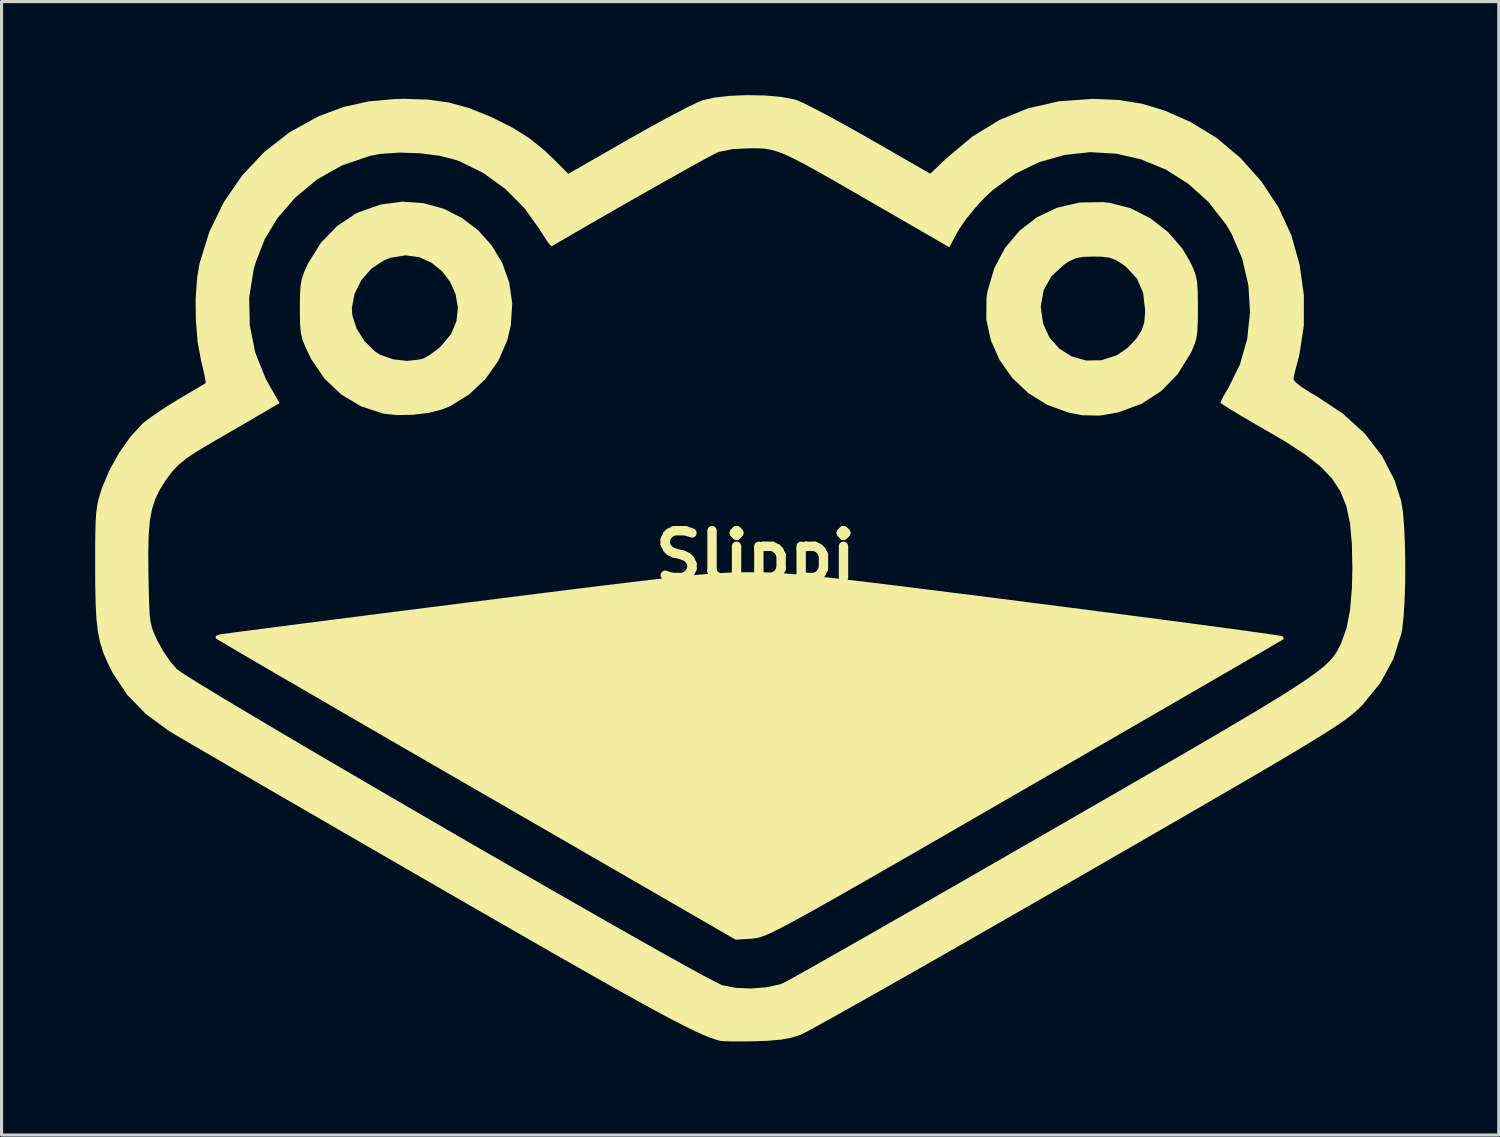
<source format=kicad_pcb>
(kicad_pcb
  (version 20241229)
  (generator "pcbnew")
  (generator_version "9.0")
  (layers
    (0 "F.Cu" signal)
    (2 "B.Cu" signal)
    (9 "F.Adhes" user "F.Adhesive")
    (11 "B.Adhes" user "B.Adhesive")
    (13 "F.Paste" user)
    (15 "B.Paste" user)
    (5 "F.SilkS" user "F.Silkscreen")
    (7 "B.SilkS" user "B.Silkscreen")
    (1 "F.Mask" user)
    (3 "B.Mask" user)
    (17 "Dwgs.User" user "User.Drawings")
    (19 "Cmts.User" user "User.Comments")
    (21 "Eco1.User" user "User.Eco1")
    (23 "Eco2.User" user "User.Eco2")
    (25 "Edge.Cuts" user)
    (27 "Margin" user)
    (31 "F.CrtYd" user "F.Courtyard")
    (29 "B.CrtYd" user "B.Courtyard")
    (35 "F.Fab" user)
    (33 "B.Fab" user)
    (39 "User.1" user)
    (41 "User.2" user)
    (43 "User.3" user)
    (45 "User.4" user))
  (footprint "Slippi"
    (layer "F.Cu")
    (at 21.167 14.783)
    (property "Reference" "Slippi" (at 0 0 0) (layer "F.SilkS") (effects (font (size 1.5 1.5) (thickness 0.3))))
    (attr board_only exclude_from_pos_files exclude_from_bom)
    (fp_poly (pts (xy -10.641 -11.32) (xy -10.001 -11.143) (xy -9.414 -10.849) (xy -8.894 -10.454) (xy -8.458 -9.968) (xy -8.119 -9.406) (xy -7.894 -8.781) (xy -7.798 -8.105) (xy -7.845 -7.393) (xy -7.957 -6.925) (xy -8.242 -6.27) (xy -8.658 -5.682) (xy -9.179 -5.189) (xy -9.778 -4.819) (xy -10.066 -4.701) (xy -10.49 -4.597) (xy -10.996 -4.537) (xy -11.503 -4.528) (xy -11.932 -4.574) (xy -11.934 -4.575) (xy -12.643 -4.807) (xy -13.274 -5.184) (xy -13.811 -5.691) (xy -14.235 -6.315) (xy -14.286 -6.415) (xy -14.429 -6.713) (xy -14.521 -6.946) (xy -14.574 -7.167) (xy -14.598 -7.431) (xy -14.605 -7.79) (xy -14.605 -7.956) (xy -14.605 -7.961) (xy -12.938 -7.961) (xy -12.923 -7.714) (xy -12.783 -7.293) (xy -12.526 -6.891) (xy -12.196 -6.568) (xy -12.031 -6.462) (xy -11.62 -6.316) (xy -11.165 -6.264) (xy -10.741 -6.313) (xy -10.636 -6.346) (xy -10.45 -6.45) (xy -10.213 -6.624) (xy -10.08 -6.737) (xy -9.76 -7.121) (xy -9.584 -7.541) (xy -9.54 -7.974) (xy -9.612 -8.4) (xy -9.786 -8.796) (xy -10.049 -9.14) (xy -10.385 -9.412) (xy -10.781 -9.589) (xy -11.222 -9.649) (xy -11.694 -9.572) (xy -11.896 -9.494) (xy -12.307 -9.227) (xy -12.633 -8.856) (xy -12.851 -8.421) (xy -12.938 -7.961) (xy -14.605 -7.961) (xy -14.601 -8.369) (xy -14.584 -8.664) (xy -14.543 -8.894) (xy -14.469 -9.111) (xy -14.351 -9.368) (xy -14.326 -9.418) (xy -13.926 -10.055) (xy -13.416 -10.584) (xy -12.818 -10.982) (xy -12.723 -11.028) (xy -12.017 -11.276) (xy -11.318 -11.369)) (stroke (width 0) (type solid)) (fill yes) (layer "F.SilkS"))
    (fp_poly (pts (xy 11.349 -11.332) (xy 12.02 -11.159) (xy 12.654 -10.839) (xy 13.221 -10.398) (xy 13.687 -9.858) (xy 13.933 -9.44) (xy 14.042 -9.206) (xy 14.114 -9.002) (xy 14.155 -8.784) (xy 14.175 -8.504) (xy 14.181 -8.116) (xy 14.182 -7.959) (xy 14.178 -7.524) (xy 14.163 -7.213) (xy 14.129 -6.98) (xy 14.069 -6.778) (xy 13.974 -6.563) (xy 13.945 -6.503) (xy 13.53 -5.836) (xy 13.006 -5.298) (xy 12.375 -4.891) (xy 11.642 -4.618) (xy 11.639 -4.617) (xy 11.04 -4.51) (xy 10.474 -4.522) (xy 10.033 -4.607) (xy 9.349 -4.856) (xy 8.744 -5.233) (xy 8.232 -5.717) (xy 7.828 -6.287) (xy 7.545 -6.92) (xy 7.399 -7.595) (xy 7.402 -7.976) (xy 9.145 -7.976) (xy 9.219 -7.457) (xy 9.425 -7.011) (xy 9.74 -6.656) (xy 10.138 -6.406) (xy 10.594 -6.277) (xy 11.083 -6.285) (xy 11.58 -6.445) (xy 11.601 -6.456) (xy 11.924 -6.679) (xy 12.206 -6.975) (xy 12.233 -7.013) (xy 12.384 -7.26) (xy 12.461 -7.491) (xy 12.487 -7.784) (xy 12.488 -7.902) (xy 12.425 -8.449) (xy 12.229 -8.898) (xy 11.892 -9.267) (xy 11.775 -9.356) (xy 11.553 -9.497) (xy 11.348 -9.574) (xy 11.091 -9.605) (xy 10.837 -9.61) (xy 10.502 -9.6) (xy 10.267 -9.557) (xy 10.063 -9.464) (xy 9.893 -9.352) (xy 9.489 -8.98) (xy 9.24 -8.538) (xy 9.146 -8.028) (xy 9.145 -7.976) (xy 7.402 -7.976) (xy 7.404 -8.291) (xy 7.433 -8.478) (xy 7.651 -9.229) (xy 8 -9.886) (xy 8.464 -10.437) (xy 9.026 -10.871) (xy 9.672 -11.176) (xy 10.385 -11.341) (xy 11.15 -11.354)) (stroke (width 0) (type solid)) (fill yes) (layer "F.SilkS"))
    (fp_poly (pts (xy -0.156 0.511) (xy 0.093 0.513) (xy 0.342 0.518) (xy 0.603 0.529) (xy 0.89 0.546) (xy 1.212 0.57) (xy 1.583 0.603) (xy 2.015 0.646) (xy 2.519 0.701) (xy 3.108 0.769) (xy 3.793 0.851) (xy 4.586 0.948) (xy 5.5 1.062) (xy 6.546 1.193) (xy 7.737 1.344) (xy 9.035 1.51) (xy 10.166 1.655) (xy 11.25 1.795) (xy 12.273 1.928) (xy 13.225 2.053) (xy 14.094 2.168) (xy 14.867 2.271) (xy 15.534 2.362) (xy 16.082 2.438) (xy 16.5 2.498) (xy 16.776 2.54) (xy 16.898 2.563) (xy 16.902 2.565) (xy 16.933 2.648) (xy 16.926 2.656) (xy 16.85 2.702) (xy 16.636 2.827) (xy 16.294 3.026) (xy 15.833 3.293) (xy 15.263 3.624) (xy 14.593 4.012) (xy 13.832 4.452) (xy 12.99 4.94) (xy 12.075 5.469) (xy 11.097 6.034) (xy 10.066 6.63) (xy 8.99 7.251) (xy 8.636 7.456) (xy 7.359 8.193) (xy 6.221 8.85) (xy 5.212 9.432) (xy 4.324 9.942) (xy 3.549 10.387) (xy 2.878 10.77) (xy 2.303 11.096) (xy 1.815 11.37) (xy 1.405 11.596) (xy 1.066 11.78) (xy 0.789 11.925) (xy 0.566 12.036) (xy 0.387 12.118) (xy 0.244 12.176) (xy 0.13 12.214) (xy 0.035 12.237) (xy -0.05 12.249) (xy -0.127 12.256) (xy -0.635 12.289) (xy -8.93 7.497) (xy -10.022 6.866) (xy -11.073 6.258) (xy -12.074 5.679) (xy -13.015 5.133) (xy -13.888 4.626) (xy -14.683 4.164) (xy -15.391 3.753) (xy -16.002 3.396) (xy -16.507 3.101) (xy -16.896 2.872) (xy -17.161 2.715) (xy -17.291 2.636) (xy -17.303 2.627) (xy -17.299 2.553) (xy -17.178 2.505) (xy -17.066 2.489) (xy -16.798 2.452) (xy -16.387 2.398) (xy -15.843 2.327) (xy -15.181 2.241) (xy -14.411 2.141) (xy -13.546 2.03) (xy -12.598 1.909) (xy -11.579 1.779) (xy -10.501 1.642) (xy -9.377 1.5) (xy -9.258 1.485) (xy -7.927 1.317) (xy -6.753 1.169) (xy -5.723 1.04) (xy -4.824 0.929) (xy -4.045 0.835) (xy -3.373 0.755) (xy -2.797 0.69) (xy -2.304 0.637) (xy -1.882 0.595) (xy -1.52 0.564) (xy -1.205 0.541) (xy -0.925 0.526) (xy -0.667 0.516) (xy -0.421 0.512) (xy -0.174 0.511)) (stroke (width 0) (type solid)) (fill yes) (layer "F.SilkS"))
    (fp_poly (pts (xy 0.286 -14.773) (xy 0.798 -14.73) (xy 1.214 -14.655) (xy 1.329 -14.621) (xy 1.523 -14.537) (xy 1.837 -14.38) (xy 2.247 -14.165) (xy 2.727 -13.905) (xy 3.252 -13.613) (xy 3.686 -13.366) (xy 5.604 -12.265) (xy 6.125 -12.763) (xy 6.955 -13.457) (xy 7.824 -13.989) (xy 8.747 -14.364) (xy 9.734 -14.587) (xy 10.799 -14.664) (xy 10.837 -14.664) (xy 11.659 -14.627) (xy 12.397 -14.507) (xy 13.116 -14.288) (xy 13.875 -13.956) (xy 13.956 -13.916) (xy 14.788 -13.408) (xy 15.551 -12.765) (xy 16.219 -12.013) (xy 16.769 -11.179) (xy 17.176 -10.292) (xy 17.177 -10.29) (xy 17.443 -9.344) (xy 17.578 -8.368) (xy 17.577 -7.403) (xy 17.439 -6.486) (xy 17.394 -6.308) (xy 17.318 -6.019) (xy 17.262 -5.787) (xy 17.242 -5.678) (xy 17.308 -5.584) (xy 17.5 -5.433) (xy 17.793 -5.244) (xy 17.992 -5.128) (xy 18.828 -4.575) (xy 19.526 -3.939) (xy 20.08 -3.225) (xy 20.485 -2.442) (xy 20.697 -1.774) (xy 20.751 -1.436) (xy 20.791 -0.97) (xy 20.817 -0.413) (xy 20.828 0.194) (xy 20.826 0.811) (xy 20.808 1.401) (xy 20.776 1.922) (xy 20.73 2.335) (xy 20.706 2.465) (xy 20.446 3.289) (xy 20.031 4.055) (xy 19.468 4.749) (xy 19.357 4.861) (xy 19.256 4.955) (xy 19.144 5.052) (xy 19.013 5.157) (xy 18.854 5.274) (xy 18.659 5.409) (xy 18.419 5.566) (xy 18.125 5.752) (xy 17.77 5.97) (xy 17.345 6.227) (xy 16.841 6.526) (xy 16.25 6.874) (xy 15.563 7.276) (xy 14.772 7.736) (xy 13.868 8.259) (xy 12.844 8.851) (xy 11.69 9.517) (xy 10.398 10.262) (xy 10.329 10.302) (xy 9.221 10.94) (xy 8.147 11.557) (xy 7.117 12.147) (xy 6.142 12.705) (xy 5.231 13.224) (xy 4.393 13.7) (xy 3.64 14.126) (xy 2.98 14.497) (xy 2.424 14.808) (xy 1.981 15.053) (xy 1.661 15.227) (xy 1.474 15.323) (xy 1.439 15.339) (xy 1.155 15.43) (xy 0.833 15.49) (xy 0.426 15.527) (xy 0 15.544) (xy -0.405 15.55) (xy -0.759 15.549) (xy -1.022 15.541) (xy -1.143 15.528) (xy -1.297 15.484) (xy -1.477 15.421) (xy -1.692 15.333) (xy -1.95 15.216) (xy -2.26 15.064) (xy -2.63 14.874) (xy -3.069 14.641) (xy -3.584 14.36) (xy -4.186 14.026) (xy -4.881 13.636) (xy -5.679 13.183) (xy -6.588 12.665) (xy -7.617 12.075) (xy -8.774 11.409) (xy -10.068 10.664) (xy -10.244 10.562) (xy -11.323 9.939) (xy -12.371 9.334) (xy -13.376 8.752) (xy -14.328 8.201) (xy -15.217 7.687) (xy -16.032 7.214) (xy -16.763 6.79) (xy -17.4 6.42) (xy -17.931 6.111) (xy -18.346 5.868) (xy -18.636 5.698) (xy -18.786 5.608) (xy -19.527 5.068) (xy -20.134 4.446) (xy -20.594 3.756) (xy -20.602 3.742) (xy -20.774 3.397) (xy -20.908 3.08) (xy -21.008 2.761) (xy -21.079 2.412) (xy -21.125 2.003) (xy -21.152 1.505) (xy -21.164 0.89) (xy -21.167 0.315) (xy -21.166 -0.112) (xy -19.465 -0.112) (xy -19.459 0.573) (xy -19.448 1.129) (xy -19.436 1.547) (xy -19.419 1.856) (xy -19.392 2.087) (xy -19.351 2.272) (xy -19.292 2.44) (xy -19.21 2.622) (xy -19.169 2.709) (xy -18.978 3.052) (xy -18.745 3.389) (xy -18.557 3.608) (xy -18.437 3.697) (xy -18.18 3.863) (xy -17.8 4.1) (xy -17.306 4.401) (xy -16.711 4.759) (xy -16.026 5.167) (xy -15.263 5.62) (xy -14.432 6.109) (xy -13.546 6.63) (xy -12.615 7.174) (xy -11.651 7.736) (xy -10.666 8.309) (xy -9.671 8.886) (xy -8.678 9.46) (xy -7.697 10.026) (xy -6.741 10.576) (xy -5.821 11.103) (xy -4.947 11.602) (xy -4.133 12.065) (xy -3.388 12.486) (xy -2.725 12.858) (xy -2.155 13.174) (xy -1.689 13.429) (xy -1.339 13.614) (xy -1.116 13.725) (xy -1.053 13.751) (xy -0.637 13.832) (xy -0.145 13.853) (xy 0.352 13.814) (xy 0.781 13.72) (xy 0.88 13.683) (xy 0.995 13.623) (xy 1.246 13.485) (xy 1.625 13.273) (xy 2.121 12.993) (xy 2.725 12.65) (xy 3.427 12.251) (xy 4.217 11.8) (xy 5.085 11.303) (xy 6.023 10.765) (xy 7.019 10.193) (xy 8.065 9.592) (xy 9.151 8.967) (xy 9.467 8.786) (xy 10.795 8.02) (xy 11.984 7.334) (xy 13.043 6.722) (xy 13.979 6.179) (xy 14.8 5.699) (xy 15.515 5.278) (xy 16.132 4.911) (xy 16.658 4.591) (xy 17.102 4.314) (xy 17.471 4.075) (xy 17.774 3.869) (xy 18.02 3.69) (xy 18.215 3.533) (xy 18.367 3.392) (xy 18.486 3.264) (xy 18.579 3.142) (xy 18.654 3.022) (xy 18.719 2.897) (xy 18.775 2.78) (xy 18.945 2.305) (xy 19.059 1.718) (xy 19.12 1) (xy 19.133 0.381) (xy 19.117 -0.395) (xy 19.059 -1.046) (xy 18.943 -1.597) (xy 18.756 -2.071) (xy 18.482 -2.491) (xy 18.106 -2.883) (xy 17.614 -3.269) (xy 16.99 -3.674) (xy 16.396 -4.022) (xy 15.945 -4.281) (xy 15.549 -4.514) (xy 15.229 -4.707) (xy 15.008 -4.847) (xy 14.908 -4.92) (xy 14.904 -4.926) (xy 14.944 -5.024) (xy 15.05 -5.217) (xy 15.155 -5.392) (xy 15.53 -6.153) (xy 15.763 -6.976) (xy 15.852 -7.832) (xy 15.799 -8.695) (xy 15.604 -9.536) (xy 15.266 -10.327) (xy 15.08 -10.642) (xy 14.522 -11.357) (xy 13.873 -11.943) (xy 13.152 -12.398) (xy 12.375 -12.72) (xy 11.563 -12.907) (xy 10.733 -12.956) (xy 9.905 -12.866) (xy 9.095 -12.636) (xy 8.323 -12.262) (xy 7.607 -11.742) (xy 7.332 -11.485) (xy 7.036 -11.163) (xy 6.756 -10.817) (xy 6.537 -10.503) (xy 6.473 -10.394) (xy 6.214 -9.907) (xy 3.848 -11.274) (xy 3.089 -11.712) (xy 2.461 -12.073) (xy 1.946 -12.364) (xy 1.527 -12.593) (xy 1.189 -12.767) (xy 0.914 -12.894) (xy 0.686 -12.981) (xy 0.489 -13.035) (xy 0.305 -13.065) (xy 0.119 -13.078) (xy -0.088 -13.081) (xy -0.169 -13.081) (xy -0.727 -13.054) (xy -1.141 -12.973) (xy -1.228 -12.942) (xy -1.365 -12.874) (xy -1.629 -12.732) (xy -2.001 -12.527) (xy -2.46 -12.271) (xy -2.988 -11.974) (xy -3.564 -11.648) (xy -4.17 -11.303) (xy -4.785 -10.951) (xy -5.39 -10.603) (xy -5.965 -10.27) (xy -6.492 -9.963) (xy -6.53 -9.94) (xy -6.595 -9.992) (xy -6.717 -10.158) (xy -6.873 -10.405) (xy -6.901 -10.453) (xy -7.403 -11.158) (xy -8.023 -11.78) (xy -8.728 -12.29) (xy -9.487 -12.664) (xy -9.591 -12.702) (xy -10.129 -12.84) (xy -10.757 -12.921) (xy -11.409 -12.942) (xy -12.016 -12.901) (xy -12.362 -12.836) (xy -13.253 -12.531) (xy -14.05 -12.084) (xy -14.757 -11.495) (xy -14.771 -11.48) (xy -15.323 -10.841) (xy -15.732 -10.167) (xy -16.024 -9.413) (xy -16.089 -9.178) (xy -16.23 -8.293) (xy -16.21 -7.4) (xy -16.033 -6.526) (xy -15.701 -5.698) (xy -15.584 -5.483) (xy -15.254 -4.912) (xy -16.03 -4.459) (xy -16.445 -4.217) (xy -16.892 -3.957) (xy -17.299 -3.722) (xy -17.441 -3.639) (xy -17.897 -3.369) (xy -18.236 -3.143) (xy -18.491 -2.936) (xy -18.699 -2.716) (xy -18.892 -2.457) (xy -18.911 -2.43) (xy -19.1 -2.126) (xy -19.243 -1.829) (xy -19.346 -1.508) (xy -19.414 -1.134) (xy -19.452 -0.679) (xy -19.465 -0.112) (xy -21.166 -0.112) (xy -21.166 -0.299) (xy -21.161 -0.771) (xy -21.151 -1.132) (xy -21.131 -1.411) (xy -21.101 -1.636) (xy -21.057 -1.836) (xy -20.997 -2.04) (xy -20.95 -2.183) (xy -20.713 -2.752) (xy -20.397 -3.32) (xy -20.035 -3.834) (xy -19.661 -4.242) (xy -19.617 -4.281) (xy -19.39 -4.455) (xy -19.066 -4.678) (xy -18.695 -4.915) (xy -18.457 -5.059) (xy -18.13 -5.251) (xy -17.862 -5.409) (xy -17.683 -5.516) (xy -17.624 -5.552) (xy -17.63 -5.639) (xy -17.672 -5.85) (xy -17.74 -6.146) (xy -17.772 -6.275) (xy -17.881 -6.871) (xy -17.939 -7.555) (xy -17.946 -8.262) (xy -17.899 -8.926) (xy -17.819 -9.398) (xy -17.502 -10.413) (xy -17.042 -11.356) (xy -16.453 -12.21) (xy -15.747 -12.961) (xy -14.936 -13.593) (xy -14.032 -14.092) (xy -13.991 -14.111) (xy -13.203 -14.404) (xy -12.402 -14.583) (xy -11.529 -14.661) (xy -11.261 -14.666) (xy -10.499 -14.641) (xy -9.831 -14.548) (xy -9.192 -14.373) (xy -8.516 -14.102) (xy -8.41 -14.054) (xy -7.777 -13.735) (xy -7.253 -13.405) (xy -6.779 -13.025) (xy -6.464 -12.726) (xy -6 -12.261) (xy -4.079 -13.363) (xy -3.535 -13.67) (xy -3.014 -13.957) (xy -2.541 -14.21) (xy -2.142 -14.415) (xy -1.843 -14.558) (xy -1.693 -14.619) (xy -1.312 -14.706) (xy -0.82 -14.761) (xy -0.271 -14.783)) (stroke (width 0) (type solid)) (fill yes) (layer "F.SilkS")))
  (gr_rect
    (start -3 -3)
    (end 44.995 33.333)
    (stroke (width 0.1) (type default))
    (fill no)
    (layer "Edge.Cuts")))
</source>
